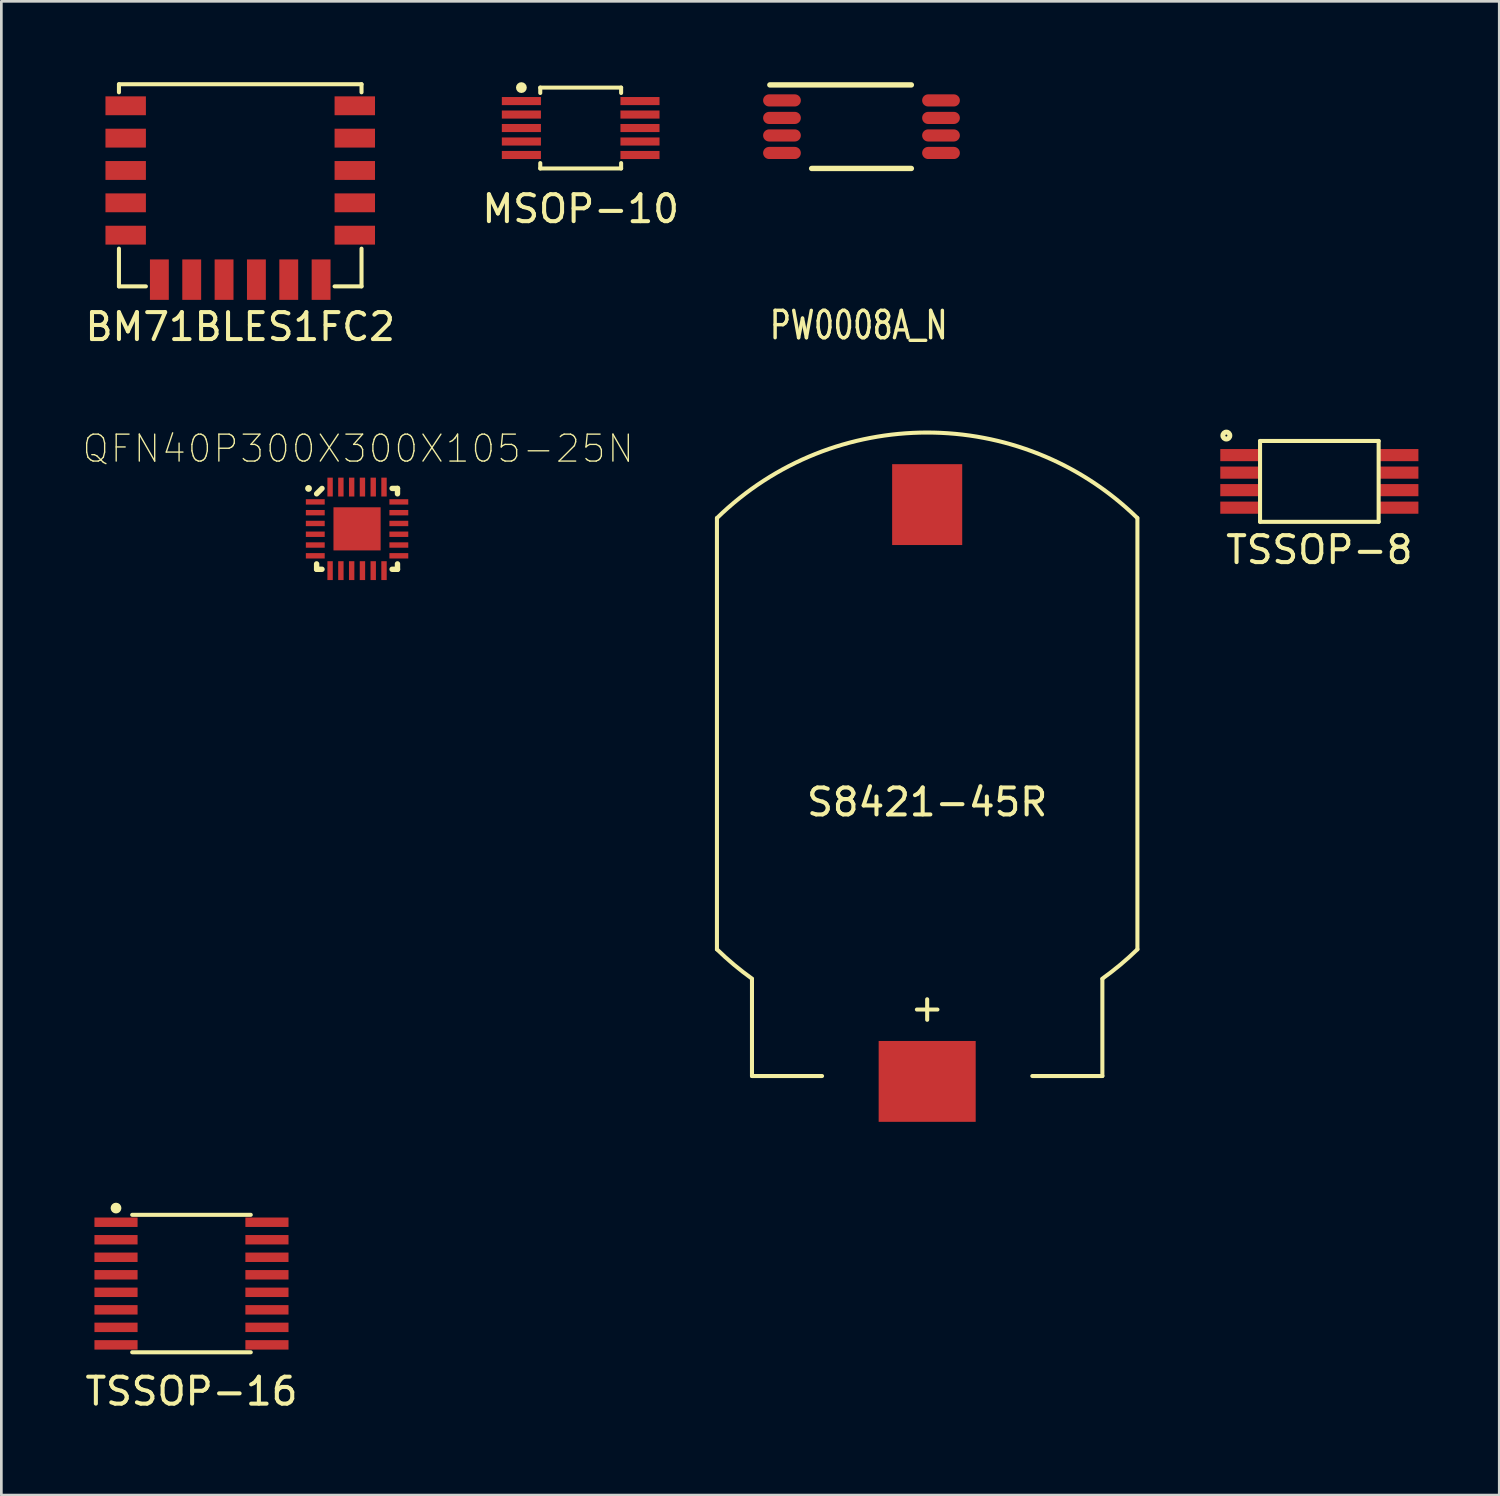
<source format=kicad_pcb>
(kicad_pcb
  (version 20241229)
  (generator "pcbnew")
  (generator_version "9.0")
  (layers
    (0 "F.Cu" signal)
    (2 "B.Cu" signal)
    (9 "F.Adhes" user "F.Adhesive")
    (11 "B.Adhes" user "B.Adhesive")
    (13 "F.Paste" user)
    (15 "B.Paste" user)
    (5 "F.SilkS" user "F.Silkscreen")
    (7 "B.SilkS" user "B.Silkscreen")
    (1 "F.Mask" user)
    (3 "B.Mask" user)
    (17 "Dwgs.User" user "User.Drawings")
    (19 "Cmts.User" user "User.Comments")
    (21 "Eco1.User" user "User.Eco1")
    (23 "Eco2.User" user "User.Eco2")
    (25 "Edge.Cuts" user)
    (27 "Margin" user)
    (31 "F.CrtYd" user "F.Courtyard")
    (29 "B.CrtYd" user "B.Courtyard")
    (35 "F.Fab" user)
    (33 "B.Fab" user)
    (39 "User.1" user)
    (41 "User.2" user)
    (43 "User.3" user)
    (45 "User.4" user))
  (footprint "QFN40P300X300X105-25N"
    (layer "F.Cu")
    (at 10.197 16.571)
    (property "Reference" "QFN40P300X300X105-25N" (at 0.04 -2.975 0) (layer "F.SilkS") (effects (font (size 1 1) (thickness 0.05))))
    (attr smd)
    (fp_line (start -1.5 -1.3) (end -1.3 -1.5) (stroke (width 0.2) (type solid)) (layer "F.SilkS"))
    (fp_line (start -1.5 1.5) (end -1.5 1.3) (stroke (width 0.2) (type solid)) (layer "F.SilkS"))
    (fp_line (start -1.3 1.5) (end -1.5 1.5) (stroke (width 0.2) (type solid)) (layer "F.SilkS"))
    (fp_line (start 1.3 -1.5) (end 1.5 -1.5) (stroke (width 0.2) (type solid)) (layer "F.SilkS"))
    (fp_line (start 1.5 -1.5) (end 1.5 -1.3) (stroke (width 0.2) (type solid)) (layer "F.SilkS"))
    (fp_line (start 1.5 1.3) (end 1.5 1.5) (stroke (width 0.2) (type solid)) (layer "F.SilkS"))
    (fp_line (start 1.5 1.5) (end 1.3 1.5) (stroke (width 0.2) (type solid)) (layer "F.SilkS"))
    (fp_circle (center -1.8 -1.5) (end -1.673 -1.5) (stroke (width 0) (type solid)) (fill yes) (layer "F.SilkS"))
    (fp_poly (pts (xy -0.575 -0.475) (xy 0.575 -0.475) (xy 0.575 0.475) (xy -0.575 0.475)) (stroke (width 0.381) (type solid)) (fill yes) (layer "F.Paste"))
    (pad "1" smd rect (at -1.55 -1) (size 0.7 0.2) (layers "F.Cu" "F.Mask" "F.Paste"))
    (pad "2" smd rect (at -1.55 -0.6) (size 0.7 0.2) (layers "F.Cu" "F.Mask" "F.Paste"))
    (pad "3" smd rect (at -1.55 -0.2) (size 0.7 0.2) (layers "F.Cu" "F.Mask" "F.Paste"))
    (pad "4" smd rect (at -1.55 0.2) (size 0.7 0.2) (layers "F.Cu" "F.Mask" "F.Paste"))
    (pad "5" smd rect (at -1.55 0.6) (size 0.7 0.2) (layers "F.Cu" "F.Mask" "F.Paste"))
    (pad "6" smd rect (at -1.55 1) (size 0.7 0.2) (layers "F.Cu" "F.Mask" "F.Paste"))
    (pad "7" smd rect (at -1 1.55 90) (size 0.7 0.2) (layers "F.Cu" "F.Mask" "F.Paste"))
    (pad "8" smd rect (at -0.6 1.55 90) (size 0.7 0.2) (layers "F.Cu" "F.Mask" "F.Paste"))
    (pad "9" smd rect (at -0.2 1.55 90) (size 0.7 0.2) (layers "F.Cu" "F.Mask" "F.Paste"))
    (pad "10" smd rect (at 0.2 1.55 90) (size 0.7 0.2) (layers "F.Cu" "F.Mask" "F.Paste"))
    (pad "11" smd rect (at 0.6 1.55 90) (size 0.7 0.2) (layers "F.Cu" "F.Mask" "F.Paste"))
    (pad "12" smd rect (at 1 1.55 90) (size 0.7 0.2) (layers "F.Cu" "F.Mask" "F.Paste"))
    (pad "13" smd rect (at 1.55 1 180) (size 0.7 0.2) (layers "F.Cu" "F.Mask" "F.Paste"))
    (pad "14" smd rect (at 1.55 0.6 180) (size 0.7 0.2) (layers "F.Cu" "F.Mask" "F.Paste"))
    (pad "15" smd rect (at 1.55 0.2 180) (size 0.7 0.2) (layers "F.Cu" "F.Mask" "F.Paste"))
    (pad "16" smd rect (at 1.55 -0.2 180) (size 0.7 0.2) (layers "F.Cu" "F.Mask" "F.Paste"))
    (pad "17" smd rect (at 1.55 -0.6 180) (size 0.7 0.2) (layers "F.Cu" "F.Mask" "F.Paste"))
    (pad "18" smd rect (at 1.55 -1 180) (size 0.7 0.2) (layers "F.Cu" "F.Mask" "F.Paste"))
    (pad "19" smd rect (at 1 -1.55 270) (size 0.7 0.2) (layers "F.Cu" "F.Mask" "F.Paste"))
    (pad "20" smd rect (at 0.6 -1.55 270) (size 0.7 0.2) (layers "F.Cu" "F.Mask" "F.Paste"))
    (pad "21" smd rect (at 0.2 -1.55 270) (size 0.7 0.2) (layers "F.Cu" "F.Mask" "F.Paste"))
    (pad "22" smd rect (at -0.2 -1.55 270) (size 0.7 0.2) (layers "F.Cu" "F.Mask" "F.Paste"))
    (pad "23" smd rect (at -0.6 -1.55 270) (size 0.7 0.2) (layers "F.Cu" "F.Mask" "F.Paste"))
    (pad "24" smd rect (at -1 -1.55 270) (size 0.7 0.2) (layers "F.Cu" "F.Mask" "F.Paste"))
    (pad "25" smd rect (at 0 0) (size 1.75 1.6) (layers "F.Cu" "F.Mask" "F.Paste")))
  (footprint "MSOP-10"
    (layer "F.Cu")
    (at 18.494 1.7)
    (property "Reference" "MSOP-10" (at 0 3 0) (layer "F.SilkS") (effects (font (size 1 1) (thickness 0.15))))
    (attr through_hole)
    (fp_line (start -1.5 -1.5) (end -1.5 -1.3) (stroke (width 0.15) (type solid)) (layer "F.SilkS"))
    (fp_line (start -1.5 -1.5) (end 1.5 -1.5) (stroke (width 0.15) (type solid)) (layer "F.SilkS"))
    (fp_line (start -1.5 1.5) (end -1.5 1.3) (stroke (width 0.15) (type solid)) (layer "F.SilkS"))
    (fp_line (start -1.5 1.5) (end 1.5 1.5) (stroke (width 0.15) (type solid)) (layer "F.SilkS"))
    (fp_line (start 1.5 -1.5) (end 1.5 -1.3) (stroke (width 0.15) (type solid)) (layer "F.SilkS"))
    (fp_line (start 1.5 1.5) (end 1.5 1.3) (stroke (width 0.15) (type solid)) (layer "F.SilkS"))
    (fp_circle (center -2.2 -1.5) (end -2.2 -1.4) (stroke (width 0.2) (type solid)) (fill no) (layer "F.SilkS"))
    (pad "1" smd rect (at -2.2 -1) (size 1.45 0.3) (layers "F.Cu" "F.Mask" "F.Paste"))
    (pad "2" smd rect (at -2.2 -0.5) (size 1.45 0.3) (layers "F.Cu" "F.Mask" "F.Paste"))
    (pad "3" smd rect (at -2.2 0) (size 1.45 0.3) (layers "F.Cu" "F.Mask" "F.Paste"))
    (pad "4" smd rect (at -2.2 0.5) (size 1.45 0.3) (layers "F.Cu" "F.Mask" "F.Paste"))
    (pad "5" smd rect (at -2.2 1) (size 1.45 0.3) (layers "F.Cu" "F.Mask" "F.Paste"))
    (pad "6" smd rect (at 2.2 1) (size 1.45 0.3) (layers "F.Cu" "F.Mask" "F.Paste"))
    (pad "7" smd rect (at 2.2 0.5) (size 1.45 0.3) (layers "F.Cu" "F.Mask" "F.Paste"))
    (pad "8" smd rect (at 2.2 0) (size 1.45 0.3) (layers "F.Cu" "F.Mask" "F.Paste"))
    (pad "9" smd rect (at 2.2 -0.5) (size 1.45 0.3) (layers "F.Cu" "F.Mask" "F.Paste"))
    (pad "10" smd rect (at 2.2 -1) (size 1.45 0.3) (layers "F.Cu" "F.Mask" "F.Paste")))
  (footprint "BM71BLES1FC2"
    (layer "F.Cu")
    (at 5.863 4.075)
    (property "Reference" "BM71BLES1FC2" (at 0 5 0) (layer "F.SilkS") (effects (font (size 1 1) (thickness 0.15))))
    (attr through_hole)
    (fp_line (start -4.5 -4) (end 4.5 -4) (stroke (width 0.15) (type solid)) (layer "F.SilkS"))
    (fp_line (start -4.5 -3.7) (end -4.5 -4) (stroke (width 0.15) (type solid)) (layer "F.SilkS"))
    (fp_line (start -4.5 2.1) (end -4.5 3.5) (stroke (width 0.15) (type solid)) (layer "F.SilkS"))
    (fp_line (start -4.5 3.5) (end -3.5 3.5) (stroke (width 0.15) (type solid)) (layer "F.SilkS"))
    (fp_line (start 3.5 3.5) (end 4.5 3.5) (stroke (width 0.15) (type solid)) (layer "F.SilkS"))
    (fp_line (start 4.5 -4) (end 4.5 -3.7) (stroke (width 0.15) (type solid)) (layer "F.SilkS"))
    (fp_line (start 4.5 3.5) (end 4.5 2.1) (stroke (width 0.15) (type solid)) (layer "F.SilkS"))
    (pad "1" smd rect (at -4.25 -3.2) (size 1.5 0.7) (layers "F.Cu" "F.Mask" "F.Paste"))
    (pad "2" smd rect (at -4.25 -2) (size 1.5 0.7) (layers "F.Cu" "F.Mask" "F.Paste"))
    (pad "3" smd rect (at -4.25 -0.8) (size 1.5 0.7) (layers "F.Cu" "F.Mask" "F.Paste"))
    (pad "4" smd rect (at -4.25 0.4) (size 1.5 0.7) (layers "F.Cu" "F.Mask" "F.Paste"))
    (pad "5" smd rect (at -4.25 1.6) (size 1.5 0.7) (layers "F.Cu" "F.Mask" "F.Paste"))
    (pad "6" smd rect (at -3 3.25 90) (size 1.5 0.7) (layers "F.Cu" "F.Mask" "F.Paste"))
    (pad "7" smd rect (at -1.8 3.25 90) (size 1.5 0.7) (layers "F.Cu" "F.Mask" "F.Paste"))
    (pad "8" smd rect (at -0.6 3.25 90) (size 1.5 0.7) (layers "F.Cu" "F.Mask" "F.Paste"))
    (pad "9" smd rect (at 0.6 3.25 90) (size 1.5 0.7) (layers "F.Cu" "F.Mask" "F.Paste"))
    (pad "10" smd rect (at 1.8 3.25 90) (size 1.5 0.7) (layers "F.Cu" "F.Mask" "F.Paste"))
    (pad "11" smd rect (at 3 3.25 90) (size 1.5 0.7) (layers "F.Cu" "F.Mask" "F.Paste"))
    (pad "12" smd rect (at 4.25 1.6) (size 1.5 0.7) (layers "F.Cu" "F.Mask" "F.Paste"))
    (pad "13" smd rect (at 4.25 0.4) (size 1.5 0.7) (layers "F.Cu" "F.Mask" "F.Paste"))
    (pad "14" smd rect (at 4.25 -0.8) (size 1.5 0.7) (layers "F.Cu" "F.Mask" "F.Paste"))
    (pad "15" smd rect (at 4.25 -2) (size 1.5 0.7) (layers "F.Cu" "F.Mask" "F.Paste"))
    (pad "16" smd rect (at 4.25 -3.2) (size 1.5 0.7) (layers "F.Cu" "F.Mask" "F.Paste")))
  (footprint "TSSOP-16"
    (layer "F.Cu")
    (at 4.054 44.571)
    (property "Reference" "TSSOP-16" (at 0 4 0) (layer "F.SilkS") (effects (font (size 1 1) (thickness 0.15))))
    (attr through_hole)
    (fp_line (start -2.2 -2.55) (end 2.2 -2.55) (stroke (width 0.15) (type solid)) (layer "F.SilkS"))
    (fp_line (start -2.2 2.55) (end 2.2 2.55) (stroke (width 0.15) (type solid)) (layer "F.SilkS"))
    (fp_circle (center -2.8 -2.8) (end -2.8 -2.7) (stroke (width 0.2) (type solid)) (fill no) (layer "F.SilkS"))
    (pad "1" smd rect (at -2.8 -2.275) (size 1.6 0.35) (layers "F.Cu" "F.Mask" "F.Paste"))
    (pad "2" smd rect (at -2.8 -1.625) (size 1.6 0.35) (layers "F.Cu" "F.Mask" "F.Paste"))
    (pad "3" smd rect (at -2.8 -0.975) (size 1.6 0.35) (layers "F.Cu" "F.Mask" "F.Paste"))
    (pad "4" smd rect (at -2.8 -0.325) (size 1.6 0.35) (layers "F.Cu" "F.Mask" "F.Paste"))
    (pad "5" smd rect (at -2.8 0.325) (size 1.6 0.35) (layers "F.Cu" "F.Mask" "F.Paste"))
    (pad "6" smd rect (at -2.8 0.975) (size 1.6 0.35) (layers "F.Cu" "F.Mask" "F.Paste"))
    (pad "7" smd rect (at -2.8 1.625) (size 1.6 0.35) (layers "F.Cu" "F.Mask" "F.Paste"))
    (pad "8" smd rect (at -2.8 2.275) (size 1.6 0.35) (layers "F.Cu" "F.Mask" "F.Paste"))
    (pad "9" smd rect (at 2.8 2.275) (size 1.6 0.35) (layers "F.Cu" "F.Mask" "F.Paste"))
    (pad "10" smd rect (at 2.8 1.625) (size 1.6 0.35) (layers "F.Cu" "F.Mask" "F.Paste"))
    (pad "11" smd rect (at 2.8 0.975) (size 1.6 0.35) (layers "F.Cu" "F.Mask" "F.Paste"))
    (pad "12" smd rect (at 2.8 0.325) (size 1.6 0.35) (layers "F.Cu" "F.Mask" "F.Paste"))
    (pad "13" smd rect (at 2.8 -0.325) (size 1.6 0.35) (layers "F.Cu" "F.Mask" "F.Paste"))
    (pad "14" smd rect (at 2.8 -0.975) (size 1.6 0.35) (layers "F.Cu" "F.Mask" "F.Paste"))
    (pad "15" smd rect (at 2.8 -1.625) (size 1.6 0.35) (layers "F.Cu" "F.Mask" "F.Paste"))
    (pad "16" smd rect (at 2.8 -2.275) (size 1.6 0.35) (layers "F.Cu" "F.Mask" "F.Paste")))
  (footprint "S8421-45R"
    (layer "F.Cu")
    (at 31.349 24.171)
    (property "Reference" "S8421-45R" (at 0 2.54 0) (layer "F.SilkS") (effects (font (size 1 1) (thickness 0.15))))
    (attr through_hole)
    (fp_line (start -7.8 8) (end -7.8 -8) (stroke (width 0.15) (type solid)) (layer "F.SilkS"))
    (fp_line (start -6.5 9.1) (end -6.5 12.7) (stroke (width 0.15) (type solid)) (layer "F.SilkS"))
    (fp_line (start -6.5 12.7) (end -3.9 12.7) (stroke (width 0.15) (type solid)) (layer "F.SilkS"))
    (fp_line (start 3.9 12.7) (end 6.5 12.7) (stroke (width 0.15) (type solid)) (layer "F.SilkS"))
    (fp_line (start 6.5 9.1) (end 6.5 12.7) (stroke (width 0.15) (type solid)) (layer "F.SilkS"))
    (fp_line (start 7.8 8) (end 7.8 -8) (stroke (width 0.15) (type solid)) (layer "F.SilkS"))
    (fp_arc (start -7.8 -8) (mid -0.004832 -11.173181) (end 7.793078 -8.006743) (stroke (width 0.15) (type solid)) (layer "F.SilkS"))
    (fp_arc (start -6.500166 9.087785) (mid -7.170739 8.568576) (end -7.8 8) (stroke (width 0.15) (type solid)) (layer "F.SilkS"))
    (fp_arc (start 7.8 8) (mid 7.17074 8.568576) (end 6.500166 9.087785) (stroke (width 0.15) (type solid)) (layer "F.SilkS"))
    (fp_text user "+" (at 0 10.16 0) (layer "F.SilkS") (effects (font (size 1 1) (thickness 0.15))))
    (pad "1" smd rect (at 0 12.9) (size 3.6 3) (layers "F.Cu" "F.Mask" "F.Paste"))
    (pad "2" smd rect (at 0 -8.5) (size 2.6 3) (layers "F.Cu" "F.Mask" "F.Paste")))
  (footprint "TSSOP-8"
    (layer "F.Cu")
    (at 45.899 14.81)
    (property "Reference" "TSSOP-8" (at 0 2.54 0) (layer "F.SilkS") (effects (font (size 1 1) (thickness 0.15))))
    (attr through_hole)
    (fp_line (start -2.2 -1.5) (end -2.2 1.5) (stroke (width 0.15) (type solid)) (layer "F.SilkS"))
    (fp_line (start -2.2 -1.5) (end 2.2 -1.5) (stroke (width 0.15) (type solid)) (layer "F.SilkS"))
    (fp_line (start 2.2 -1.5) (end 2.2 1.5) (stroke (width 0.15) (type solid)) (layer "F.SilkS"))
    (fp_line (start 2.2 1.5) (end -2.2 1.5) (stroke (width 0.15) (type solid)) (layer "F.SilkS"))
    (fp_circle (center -3.45 -1.7) (end -3.4 -1.65) (stroke (width 0.15) (type solid)) (fill no) (layer "F.SilkS"))
    (fp_circle (center -3.45 -1.7) (end -3.35 -1.75) (stroke (width 0.15) (type solid)) (fill no) (layer "F.SilkS"))
    (pad "1" smd rect (at -2.95 -0.975) (size 1.45 0.45) (layers "F.Cu" "F.Mask" "F.Paste"))
    (pad "2" smd rect (at -2.95 -0.325) (size 1.45 0.45) (layers "F.Cu" "F.Mask" "F.Paste"))
    (pad "3" smd rect (at -2.95 0.325) (size 1.45 0.45) (layers "F.Cu" "F.Mask" "F.Paste"))
    (pad "4" smd rect (at -2.95 0.975) (size 1.45 0.45) (layers "F.Cu" "F.Mask" "F.Paste"))
    (pad "5" smd rect (at 2.95 0.975) (size 1.45 0.45) (layers "F.Cu" "F.Mask" "F.Paste"))
    (pad "6" smd rect (at 2.95 0.325) (size 1.45 0.45) (layers "F.Cu" "F.Mask" "F.Paste"))
    (pad "7" smd rect (at 2.95 -0.325) (size 1.45 0.45) (layers "F.Cu" "F.Mask" "F.Paste"))
    (pad "8" smd rect (at 2.95 -0.975) (size 1.45 0.45) (layers "F.Cu" "F.Mask" "F.Paste")))
  (footprint "PW0008A_N"
    (layer "F.Cu")
    (at 28.912 1.65)
    (property "Reference" "PW0008A_N" (at -0.102 7.366 0) (layer "F.SilkS") (effects (font (size 1.016 0.762) (thickness 0.127))))
    (attr through_hole)
    (fp_line (start -3.4 -1.55) (end 1.85 -1.55) (stroke (width 0.2) (type solid)) (layer "F.SilkS"))
    (fp_line (start -1.85 1.55) (end 1.85 1.55) (stroke (width 0.2) (type solid)) (layer "F.SilkS"))
    (pad "1" smd oval (at -2.95 -0.975) (size 1.4 0.45) (layers "F.Cu" "F.Mask" "F.Paste"))
    (pad "2" smd oval (at -2.95 -0.325) (size 1.4 0.45) (layers "F.Cu" "F.Mask" "F.Paste"))
    (pad "3" smd oval (at -2.95 0.325) (size 1.4 0.45) (layers "F.Cu" "F.Mask" "F.Paste"))
    (pad "4" smd oval (at -2.95 0.975) (size 1.4 0.45) (layers "F.Cu" "F.Mask" "F.Paste"))
    (pad "5" smd oval (at 2.95 0.975) (size 1.4 0.45) (layers "F.Cu" "F.Mask" "F.Paste"))
    (pad "6" smd oval (at 2.95 0.325) (size 1.4 0.45) (layers "F.Cu" "F.Mask" "F.Paste"))
    (pad "7" smd oval (at 2.95 -0.325) (size 1.4 0.45) (layers "F.Cu" "F.Mask" "F.Paste"))
    (pad "8" smd oval (at 2.95 -0.975) (size 1.4 0.45) (layers "F.Cu" "F.Mask" "F.Paste")))
  (gr_rect
    (start -3 -3)
    (end 52.574 52.42)
    (stroke (width 0.1) (type default))
    (fill no)
    (layer "Edge.Cuts")))
</source>
